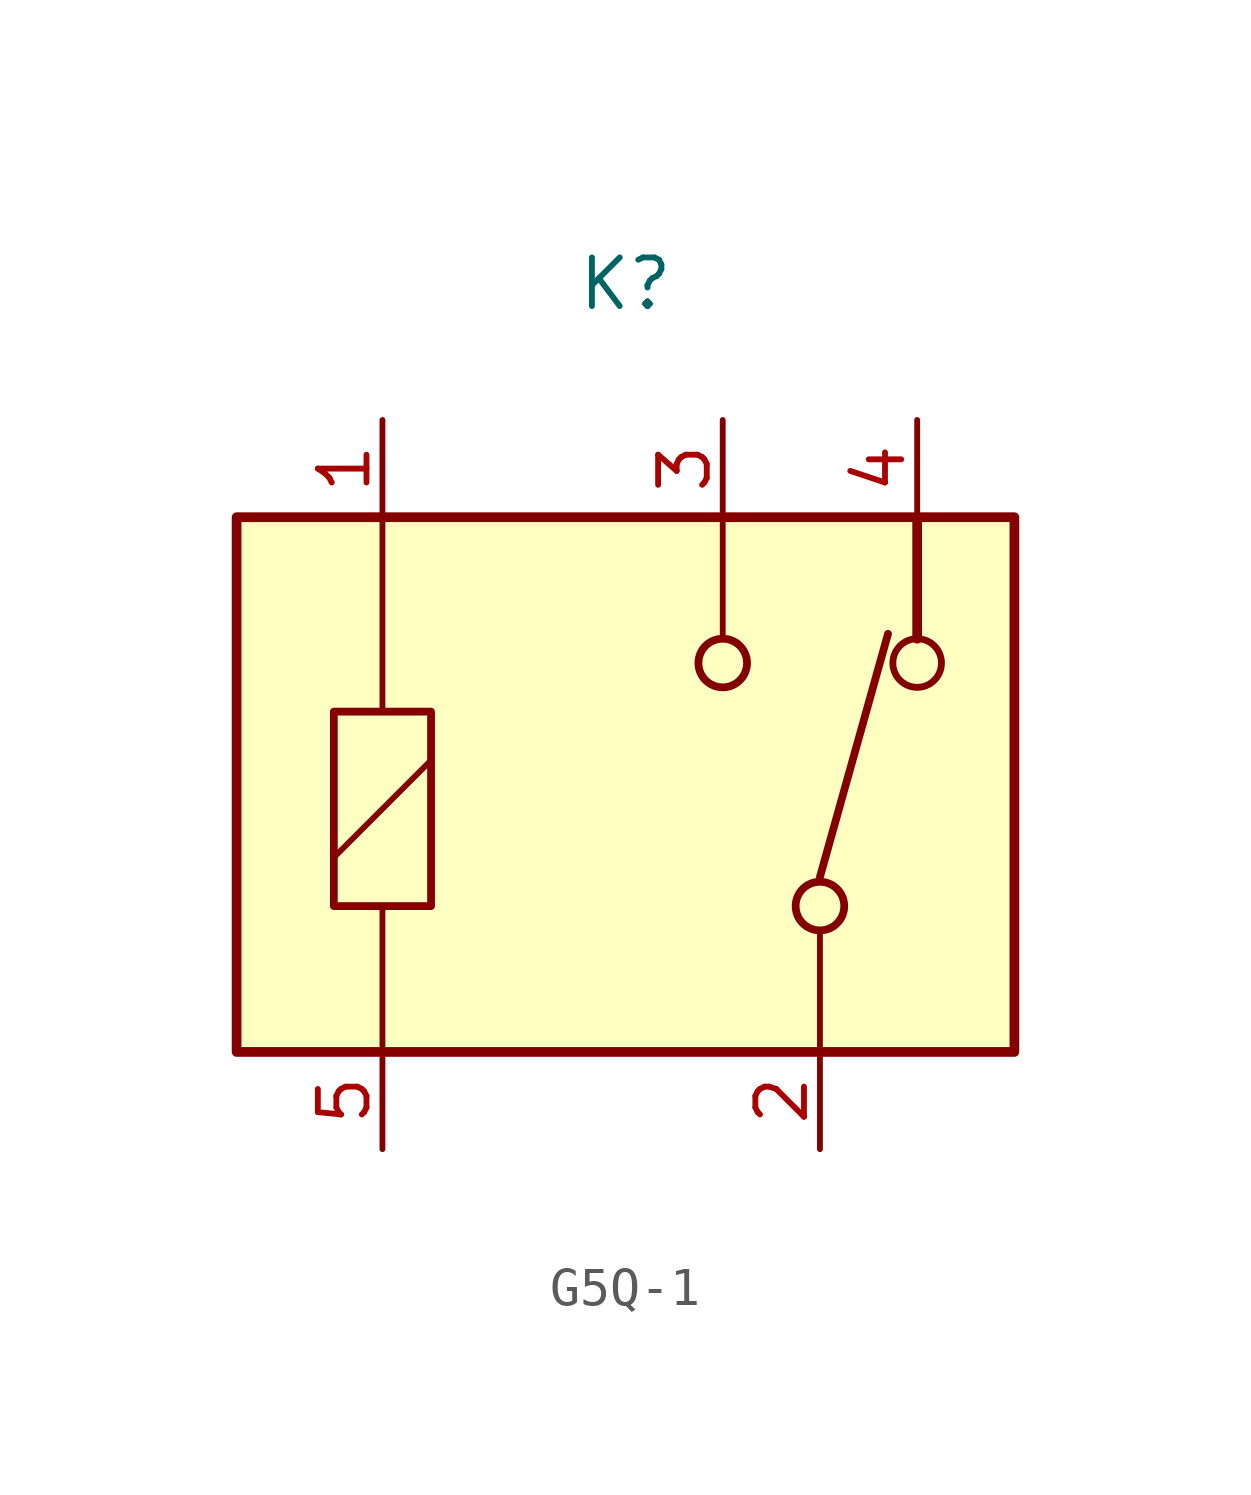
<source format=kicad_sym>
(kicad_symbol_lib
  (version 20231120)
  (generator "kicad_symbol_editor")
  (generator_version "8.0")
  (symbol "G5Q-1"
    (property "Reference" "K"
      (at 0 13.716 0)
      (effects (font (size 1.27 1.27))))
    (property "Value" ""
      (at 0 0 0)
      (effects (font (size 1.27 1.27))))
    (symbol "G5Q-1_0_1"
      (polyline (pts (xy -7.62 -1.27) (xy -5.08 1.27)) (stroke (width 0) (type default)) (fill (type none)))
      (polyline (pts (xy -6.35 -2.54) (xy -6.35 -6.35)) (stroke (width 0) (type default)) (fill (type none)))
      (polyline (pts (xy -6.35 2.54) (xy -6.35 7.62)) (stroke (width 0) (type default)) (fill (type none))))
    (symbol "G5Q-1_1_1"
      (rectangle (start -10.16 7.62) (end 10.16 -6.35) (stroke (width 0.254) (type default)) (fill (type background)))
      (rectangle (start -7.62 2.54) (end -5.08 -2.54) (stroke (width 0.203) (type default)) (fill (type none)))
      (polyline (pts (xy 2.54 7.62) (xy 2.54 4.572)) (stroke (width 0) (type default)) (fill (type none)))
      (polyline (pts (xy 5.08 -6.35) (xy 5.08 -3.302)) (stroke (width 0) (type default)) (fill (type none)))
      (polyline (pts (xy 5.08 -1.778) (xy 6.858 4.572)) (stroke (width 0.203) (type default)) (fill (type none)))
      (polyline (pts (xy 7.62 7.62) (xy 7.62 4.445)) (stroke (width 0.254) (type default)) (fill (type none)))
      (circle (center 2.54 3.81) (radius 0.635) (stroke (width 0.203) (type default)) (fill (type none)))
      (circle (center 5.08 -2.54) (radius 0.635) (stroke (width 0.203) (type default)) (fill (type none)))
      (circle (center 7.62 3.81) (radius 0.635) (stroke (width 0.178) (type default)) (fill (type none)))
      (pin passive line (at -6.35 10.16 270) (length 2.54) (name "" (effects (font (size 1.27 1.27)))) (number "1" (effects (font (size 1.27 1.27)))))
      (pin passive line (at 5.08 -8.89 90) (length 2.54) (name "" (effects (font (size 1.27 1.27)))) (number "2" (effects (font (size 1.27 1.27)))))
      (pin passive line (at 2.54 10.16 270) (length 2.54) (name "" (effects (font (size 1.27 1.27)))) (number "3" (effects (font (size 1.27 1.27)))))
      (pin passive line (at 7.62 10.16 270) (length 2.54) (name "" (effects (font (size 1.27 1.27)))) (number "4" (effects (font (size 1.27 1.27)))))
      (pin passive line (at -6.35 -8.89 90) (length 2.54) (name "" (effects (font (size 1.27 1.27)))) (number "5" (effects (font (size 1.27 1.27))))))))
</source>
